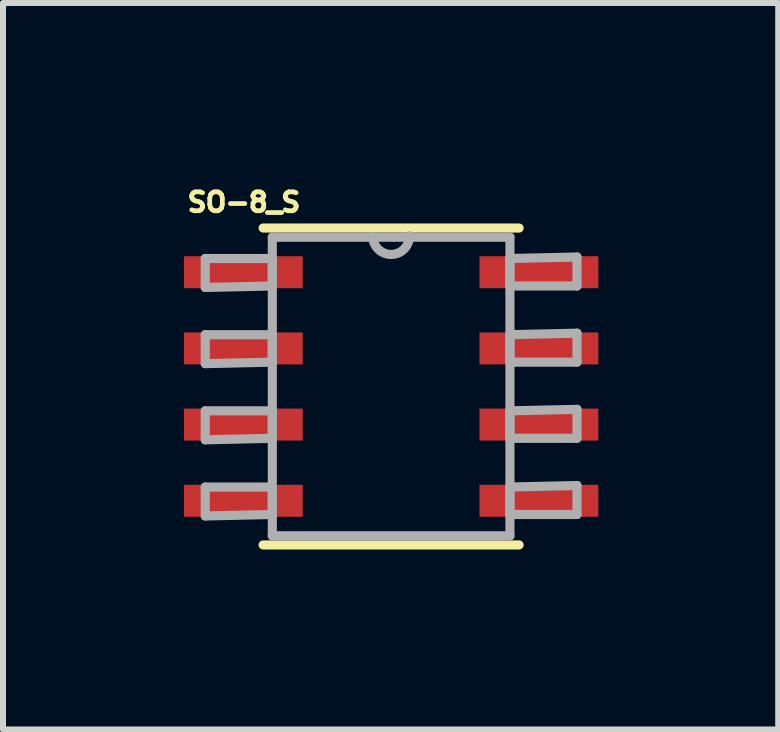
<source format=kicad_pcb>
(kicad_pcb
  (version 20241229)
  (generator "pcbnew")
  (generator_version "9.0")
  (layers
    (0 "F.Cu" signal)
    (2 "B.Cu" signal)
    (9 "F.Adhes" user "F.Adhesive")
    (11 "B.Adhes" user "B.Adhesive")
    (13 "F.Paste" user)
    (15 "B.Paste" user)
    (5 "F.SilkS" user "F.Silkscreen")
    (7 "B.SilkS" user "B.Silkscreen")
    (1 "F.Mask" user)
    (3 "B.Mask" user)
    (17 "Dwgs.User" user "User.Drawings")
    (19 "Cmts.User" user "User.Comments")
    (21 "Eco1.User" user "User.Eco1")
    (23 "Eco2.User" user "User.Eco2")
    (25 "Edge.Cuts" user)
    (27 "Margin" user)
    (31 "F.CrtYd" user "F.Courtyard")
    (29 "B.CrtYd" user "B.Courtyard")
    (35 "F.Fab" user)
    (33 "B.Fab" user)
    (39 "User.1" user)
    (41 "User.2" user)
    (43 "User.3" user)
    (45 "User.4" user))
  (footprint "SO-8_S"
    (layer "F.Cu")
    (at 3.471 3.394)
    (property "Reference" "SO-8_S" (at -2.454 -3.072 0) (layer "F.SilkS") (effects (font (size 0.315 0.315) (thickness 0.15))))
    (attr smd)
    (fp_line (start -2.134 2.642) (end 2.134 2.642) (stroke (width 0.152) (type solid)) (layer "F.SilkS"))
    (fp_line (start 2.134 -2.642) (end -2.134 -2.642) (stroke (width 0.152) (type solid)) (layer "F.SilkS"))
    (fp_line (start -3.099 -2.134) (end -3.099 -1.651) (stroke (width 0.152) (type solid)) (layer "F.Fab"))
    (fp_line (start -3.099 -1.651) (end -1.981 -1.676) (stroke (width 0.152) (type solid)) (layer "F.Fab"))
    (fp_line (start -3.099 -0.864) (end -3.099 -0.381) (stroke (width 0.152) (type solid)) (layer "F.Fab"))
    (fp_line (start -3.099 -0.381) (end -1.981 -0.406) (stroke (width 0.152) (type solid)) (layer "F.Fab"))
    (fp_line (start -3.099 0.406) (end -3.099 0.889) (stroke (width 0.152) (type solid)) (layer "F.Fab"))
    (fp_line (start -3.099 0.889) (end -1.981 0.864) (stroke (width 0.152) (type solid)) (layer "F.Fab"))
    (fp_line (start -3.099 1.676) (end -3.099 2.159) (stroke (width 0.152) (type solid)) (layer "F.Fab"))
    (fp_line (start -3.099 2.159) (end -1.981 2.134) (stroke (width 0.152) (type solid)) (layer "F.Fab"))
    (fp_line (start -1.981 -2.489) (end -1.981 2.489) (stroke (width 0.152) (type solid)) (layer "F.Fab"))
    (fp_line (start -1.981 -2.134) (end -3.099 -2.134) (stroke (width 0.152) (type solid)) (layer "F.Fab"))
    (fp_line (start -1.981 -1.676) (end -1.981 -2.134) (stroke (width 0.152) (type solid)) (layer "F.Fab"))
    (fp_line (start -1.981 -0.864) (end -3.099 -0.864) (stroke (width 0.152) (type solid)) (layer "F.Fab"))
    (fp_line (start -1.981 -0.406) (end -1.981 -0.864) (stroke (width 0.152) (type solid)) (layer "F.Fab"))
    (fp_line (start -1.981 0.406) (end -3.099 0.406) (stroke (width 0.152) (type solid)) (layer "F.Fab"))
    (fp_line (start -1.981 0.864) (end -1.981 0.406) (stroke (width 0.152) (type solid)) (layer "F.Fab"))
    (fp_line (start -1.981 1.676) (end -3.099 1.676) (stroke (width 0.152) (type solid)) (layer "F.Fab"))
    (fp_line (start -1.981 2.134) (end -1.981 1.676) (stroke (width 0.152) (type solid)) (layer "F.Fab"))
    (fp_line (start -1.981 2.489) (end 1.981 2.489) (stroke (width 0.152) (type solid)) (layer "F.Fab"))
    (fp_line (start -0.305 -2.489) (end -1.981 -2.489) (stroke (width 0.152) (type solid)) (layer "F.Fab"))
    (fp_line (start 1.981 -2.489) (end -0.305 -2.489) (stroke (width 0.152) (type solid)) (layer "F.Fab"))
    (fp_line (start 1.981 -2.134) (end 1.981 -1.676) (stroke (width 0.152) (type solid)) (layer "F.Fab"))
    (fp_line (start 1.981 -1.676) (end 3.099 -1.676) (stroke (width 0.152) (type solid)) (layer "F.Fab"))
    (fp_line (start 1.981 -0.864) (end 1.981 -0.406) (stroke (width 0.152) (type solid)) (layer "F.Fab"))
    (fp_line (start 1.981 -0.406) (end 3.099 -0.406) (stroke (width 0.152) (type solid)) (layer "F.Fab"))
    (fp_line (start 1.981 0.406) (end 1.981 0.864) (stroke (width 0.152) (type solid)) (layer "F.Fab"))
    (fp_line (start 1.981 0.864) (end 3.099 0.864) (stroke (width 0.152) (type solid)) (layer "F.Fab"))
    (fp_line (start 1.981 1.676) (end 1.981 2.134) (stroke (width 0.152) (type solid)) (layer "F.Fab"))
    (fp_line (start 1.981 2.134) (end 3.099 2.134) (stroke (width 0.152) (type solid)) (layer "F.Fab"))
    (fp_line (start 1.981 2.489) (end 1.981 -2.489) (stroke (width 0.152) (type solid)) (layer "F.Fab"))
    (fp_line (start 3.099 -2.159) (end 1.981 -2.134) (stroke (width 0.152) (type solid)) (layer "F.Fab"))
    (fp_line (start 3.099 -1.676) (end 3.099 -2.159) (stroke (width 0.152) (type solid)) (layer "F.Fab"))
    (fp_line (start 3.099 -0.889) (end 1.981 -0.864) (stroke (width 0.152) (type solid)) (layer "F.Fab"))
    (fp_line (start 3.099 -0.406) (end 3.099 -0.889) (stroke (width 0.152) (type solid)) (layer "F.Fab"))
    (fp_line (start 3.099 0.381) (end 1.981 0.406) (stroke (width 0.152) (type solid)) (layer "F.Fab"))
    (fp_line (start 3.099 0.864) (end 3.099 0.381) (stroke (width 0.152) (type solid)) (layer "F.Fab"))
    (fp_line (start 3.099 1.651) (end 1.981 1.676) (stroke (width 0.152) (type solid)) (layer "F.Fab"))
    (fp_line (start 3.099 2.134) (end 3.099 1.651) (stroke (width 0.152) (type solid)) (layer "F.Fab"))
    (fp_arc (start 0.3048 -2.5146) (mid 0.0127 -2.1971) (end -0.3048 -2.4892) (stroke (width 0.1524) (type solid)) (layer "F.Fab"))
    (pad "1" smd rect (at -2.464 -1.905) (size 1.981 0.533) (layers "F.Cu" "F.Mask" "F.Paste"))
    (pad "2" smd rect (at -2.464 -0.635) (size 1.981 0.533) (layers "F.Cu" "F.Mask" "F.Paste"))
    (pad "3" smd rect (at -2.464 0.635) (size 1.981 0.533) (layers "F.Cu" "F.Mask" "F.Paste"))
    (pad "4" smd rect (at -2.464 1.905) (size 1.981 0.533) (layers "F.Cu" "F.Mask" "F.Paste"))
    (pad "5" smd rect (at 2.464 1.905) (size 1.981 0.533) (layers "F.Cu" "F.Mask" "F.Paste"))
    (pad "6" smd rect (at 2.464 0.635) (size 1.981 0.533) (layers "F.Cu" "F.Mask" "F.Paste"))
    (pad "7" smd rect (at 2.464 -0.635) (size 1.981 0.533) (layers "F.Cu" "F.Mask" "F.Paste"))
    (pad "8" smd rect (at 2.464 -1.905) (size 1.981 0.533) (layers "F.Cu" "F.Mask" "F.Paste")))
  (gr_rect
    (start -3 -3)
    (end 9.925 9.112)
    (stroke (width 0.1) (type default))
    (fill no)
    (layer "Edge.Cuts")))
</source>
